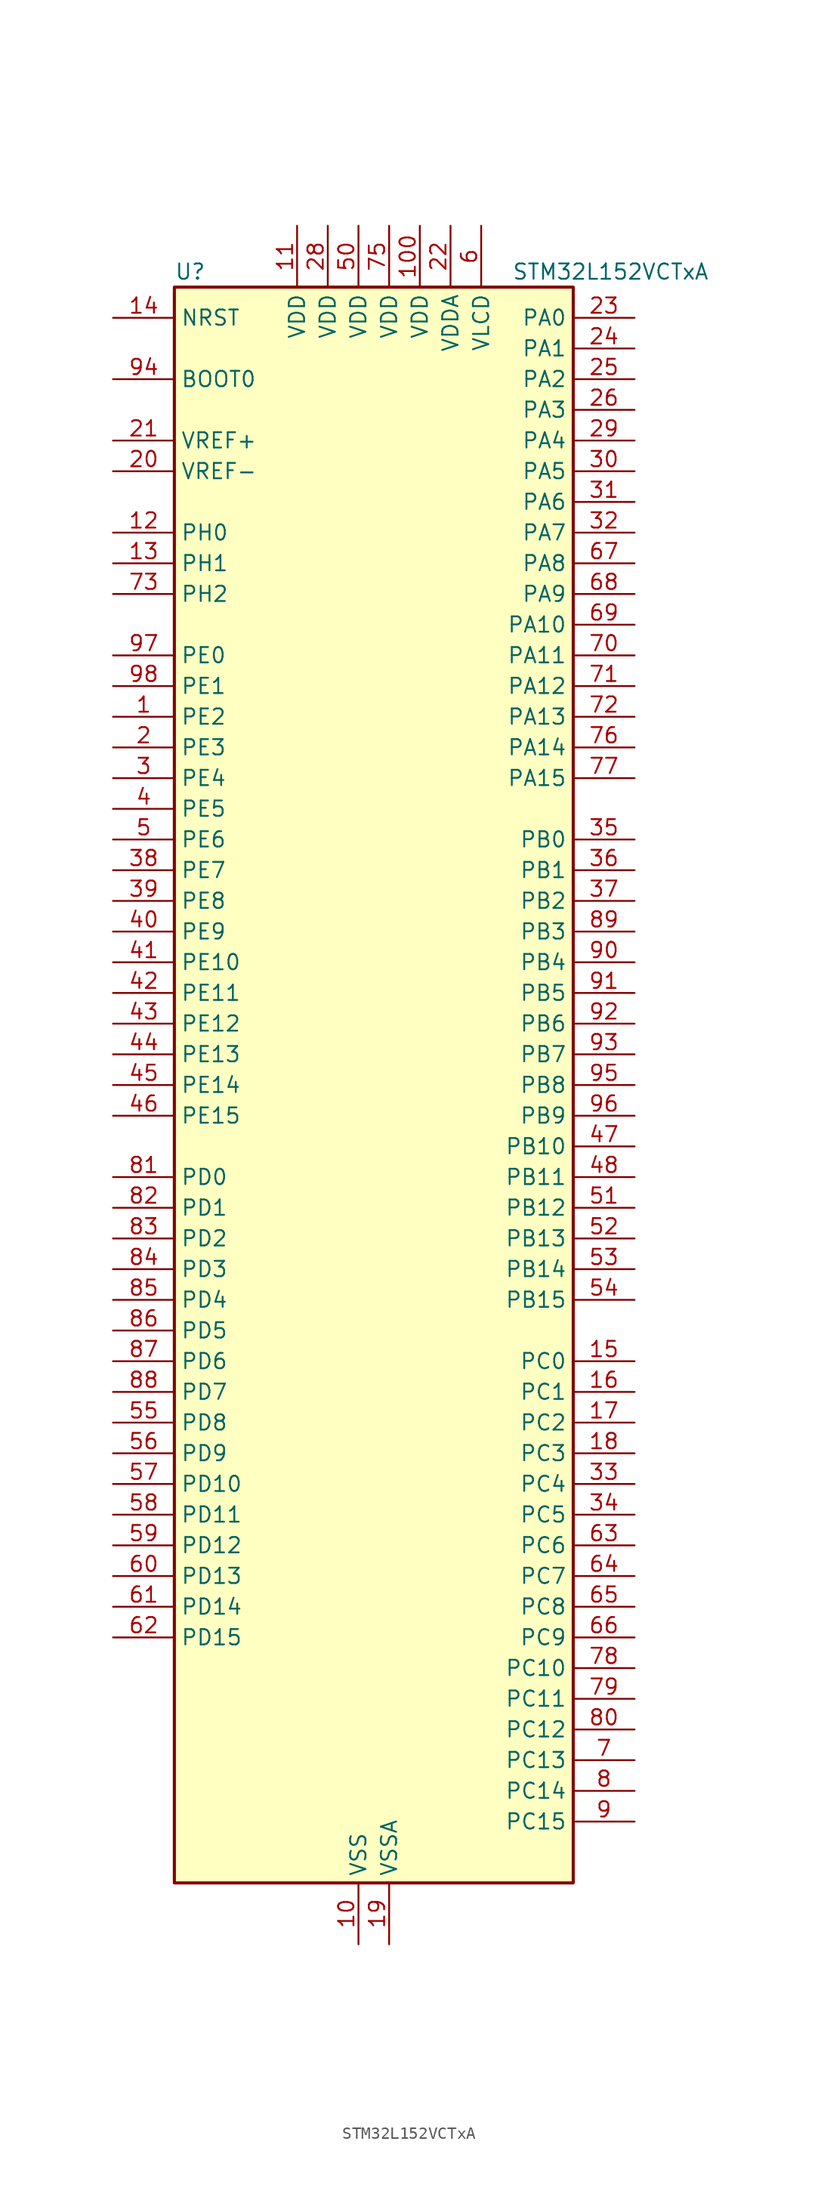
<source format=kicad_sym>
(kicad_symbol_lib
  (version 20231120)
  (generator "kicad-library-utils")
  (generator_version "8.0")
  (symbol "STM32L152VCTxA"
    (property "Reference" "U"
      (at -15.24 67.31 0)
      (effects (font (size 1.27 1.27)) (justify left)))
    (property "Value" "STM32L152VCTxA"
      (at 12.7 67.31 0)
      (effects (font (size 1.27 1.27)) (justify left)))
    (symbol "STM32L152VCTxA_0_1"
      (rectangle (start -15.24 -66.04) (end 17.78 66.04) (stroke (width 0.254) (type default)) (fill (type background))))
    (symbol "STM32L152VCTxA_1_1"
      (pin bidirectional line (at -20.32 30.48 0) (length 5.08) (name "PE2" (effects (font (size 1.27 1.27)))) (number "1" (effects (font (size 1.27 1.27)))) (alternate "LCD_SEG38" bidirectional line) (alternate "SYS_TRACECK" bidirectional line) (alternate "TIM3_ETR" bidirectional line) (alternate "TIMX_IC3" bidirectional line))
      (pin power_in line (at 0 -71.12 90) (length 5.08) (name "VSS" (effects (font (size 1.27 1.27)))) (number "10" (effects (font (size 1.27 1.27)))))
      (pin power_in line (at 5.08 71.12 270) (length 5.08) (name "VDD" (effects (font (size 1.27 1.27)))) (number "100" (effects (font (size 1.27 1.27)))))
      (pin power_in line (at -5.08 71.12 270) (length 5.08) (name "VDD" (effects (font (size 1.27 1.27)))) (number "11" (effects (font (size 1.27 1.27)))))
      (pin bidirectional line (at -20.32 45.72 0) (length 5.08) (name "PH0" (effects (font (size 1.27 1.27)))) (number "12" (effects (font (size 1.27 1.27)))) (alternate "RCC_OSC_IN" bidirectional line))
      (pin bidirectional line (at -20.32 43.18 0) (length 5.08) (name "PH1" (effects (font (size 1.27 1.27)))) (number "13" (effects (font (size 1.27 1.27)))) (alternate "RCC_OSC_OUT" bidirectional line))
      (pin input line (at -20.32 63.5 0) (length 5.08) (name "NRST" (effects (font (size 1.27 1.27)))) (number "14" (effects (font (size 1.27 1.27)))))
      (pin bidirectional line (at 22.86 -22.86 180) (length 5.08) (name "PC0" (effects (font (size 1.27 1.27)))) (number "15" (effects (font (size 1.27 1.27)))) (alternate "ADC_IN10" bidirectional line) (alternate "COMP1_INP" bidirectional line) (alternate "LCD_SEG18" bidirectional line) (alternate "TIMX_IC1" bidirectional line) (alternate "TS_G8_IO1" bidirectional line))
      (pin bidirectional line (at 22.86 -25.4 180) (length 5.08) (name "PC1" (effects (font (size 1.27 1.27)))) (number "16" (effects (font (size 1.27 1.27)))) (alternate "ADC_IN11" bidirectional line) (alternate "COMP1_INP" bidirectional line) (alternate "LCD_SEG19" bidirectional line) (alternate "TIMX_IC2" bidirectional line) (alternate "TS_G8_IO2" bidirectional line))
      (pin bidirectional line (at 22.86 -27.94 180) (length 5.08) (name "PC2" (effects (font (size 1.27 1.27)))) (number "17" (effects (font (size 1.27 1.27)))) (alternate "ADC_IN12" bidirectional line) (alternate "COMP1_INP" bidirectional line) (alternate "LCD_SEG20" bidirectional line) (alternate "TIMX_IC3" bidirectional line) (alternate "TS_G8_IO3" bidirectional line))
      (pin bidirectional line (at 22.86 -30.48 180) (length 5.08) (name "PC3" (effects (font (size 1.27 1.27)))) (number "18" (effects (font (size 1.27 1.27)))) (alternate "ADC_IN13" bidirectional line) (alternate "COMP1_INP" bidirectional line) (alternate "LCD_SEG21" bidirectional line) (alternate "TIMX_IC4" bidirectional line) (alternate "TS_G8_IO4" bidirectional line))
      (pin power_in line (at 2.54 -71.12 90) (length 5.08) (name "VSSA" (effects (font (size 1.27 1.27)))) (number "19" (effects (font (size 1.27 1.27)))))
      (pin bidirectional line (at -20.32 27.94 0) (length 5.08) (name "PE3" (effects (font (size 1.27 1.27)))) (number "2" (effects (font (size 1.27 1.27)))) (alternate "LCD_SEG39" bidirectional line) (alternate "SYS_TRACED0" bidirectional line) (alternate "TIM3_CH1" bidirectional line) (alternate "TIMX_IC4" bidirectional line))
      (pin input line (at -20.32 50.8 0) (length 5.08) (name "VREF-" (effects (font (size 1.27 1.27)))) (number "20" (effects (font (size 1.27 1.27)))))
      (pin input line (at -20.32 53.34 0) (length 5.08) (name "VREF+" (effects (font (size 1.27 1.27)))) (number "21" (effects (font (size 1.27 1.27)))))
      (pin power_in line (at 7.62 71.12 270) (length 5.08) (name "VDDA" (effects (font (size 1.27 1.27)))) (number "22" (effects (font (size 1.27 1.27)))))
      (pin bidirectional line (at 22.86 63.5 180) (length 5.08) (name "PA0" (effects (font (size 1.27 1.27)))) (number "23" (effects (font (size 1.27 1.27)))) (alternate "ADC_IN0" bidirectional line) (alternate "COMP1_INP" bidirectional line) (alternate "RTC_TAMP2" bidirectional line) (alternate "SYS_WKUP1" bidirectional line) (alternate "TIM2_CH1" bidirectional line) (alternate "TIM2_ETR" bidirectional line) (alternate "TIM5_CH1" bidirectional line) (alternate "TIMX_IC1" bidirectional line) (alternate "TS_G1_IO1" bidirectional line) (alternate "USART2_CTS" bidirectional line))
      (pin bidirectional line (at 22.86 60.96 180) (length 5.08) (name "PA1" (effects (font (size 1.27 1.27)))) (number "24" (effects (font (size 1.27 1.27)))) (alternate "ADC_IN1" bidirectional line) (alternate "COMP1_INP" bidirectional line) (alternate "LCD_SEG0" bidirectional line) (alternate "OPAMP1_VINP" bidirectional line) (alternate "TIM2_CH2" bidirectional line) (alternate "TIM5_CH2" bidirectional line) (alternate "TIMX_IC2" bidirectional line) (alternate "TS_G1_IO2" bidirectional line) (alternate "USART2_RTS" bidirectional line))
      (pin bidirectional line (at 22.86 58.42 180) (length 5.08) (name "PA2" (effects (font (size 1.27 1.27)))) (number "25" (effects (font (size 1.27 1.27)))) (alternate "ADC_IN2" bidirectional line) (alternate "COMP1_INP" bidirectional line) (alternate "LCD_SEG1" bidirectional line) (alternate "OPAMP1_VINM" bidirectional line) (alternate "TIM2_CH3" bidirectional line) (alternate "TIM5_CH3" bidirectional line) (alternate "TIM9_CH1" bidirectional line) (alternate "TIMX_IC3" bidirectional line) (alternate "TS_G1_IO3" bidirectional line) (alternate "USART2_TX" bidirectional line))
      (pin bidirectional line (at 22.86 55.88 180) (length 5.08) (name "PA3" (effects (font (size 1.27 1.27)))) (number "26" (effects (font (size 1.27 1.27)))) (alternate "ADC_IN3" bidirectional line) (alternate "COMP1_INP" bidirectional line) (alternate "LCD_SEG2" bidirectional line) (alternate "OPAMP1_VOUT" bidirectional line) (alternate "TIM2_CH4" bidirectional line) (alternate "TIM5_CH4" bidirectional line) (alternate "TIM9_CH2" bidirectional line) (alternate "TIMX_IC4" bidirectional line) (alternate "TS_G1_IO4" bidirectional line) (alternate "USART2_RX" bidirectional line))
      (pin passive line (at 0 -71.12 90) (length 5.08) hide (name "VSS" (effects (font (size 1.27 1.27)))) (number "27" (effects (font (size 1.27 1.27)))))
      (pin power_in line (at -2.54 71.12 270) (length 5.08) (name "VDD" (effects (font (size 1.27 1.27)))) (number "28" (effects (font (size 1.27 1.27)))))
      (pin bidirectional line (at 22.86 53.34 180) (length 5.08) (name "PA4" (effects (font (size 1.27 1.27)))) (number "29" (effects (font (size 1.27 1.27)))) (alternate "ADC_IN4" bidirectional line) (alternate "COMP1_INP" bidirectional line) (alternate "DAC_OUT1" bidirectional line) (alternate "I2S3_WS" bidirectional line) (alternate "SPI1_NSS" bidirectional line) (alternate "SPI3_NSS" bidirectional line) (alternate "TIMX_IC1" bidirectional line) (alternate "USART2_CK" bidirectional line))
      (pin bidirectional line (at -20.32 25.4 0) (length 5.08) (name "PE4" (effects (font (size 1.27 1.27)))) (number "3" (effects (font (size 1.27 1.27)))) (alternate "SYS_TRACED1" bidirectional line) (alternate "TIM3_CH2" bidirectional line) (alternate "TIMX_IC1" bidirectional line))
      (pin bidirectional line (at 22.86 50.8 180) (length 5.08) (name "PA5" (effects (font (size 1.27 1.27)))) (number "30" (effects (font (size 1.27 1.27)))) (alternate "ADC_IN5" bidirectional line) (alternate "COMP1_INP" bidirectional line) (alternate "DAC_OUT2" bidirectional line) (alternate "SPI1_SCK" bidirectional line) (alternate "TIM2_CH1" bidirectional line) (alternate "TIM2_ETR" bidirectional line) (alternate "TIMX_IC2" bidirectional line))
      (pin bidirectional line (at 22.86 48.26 180) (length 5.08) (name "PA6" (effects (font (size 1.27 1.27)))) (number "31" (effects (font (size 1.27 1.27)))) (alternate "ADC_IN6" bidirectional line) (alternate "COMP1_INP" bidirectional line) (alternate "LCD_SEG3" bidirectional line) (alternate "OPAMP2_VINP" bidirectional line) (alternate "SPI1_MISO" bidirectional line) (alternate "TIM10_CH1" bidirectional line) (alternate "TIM3_CH1" bidirectional line) (alternate "TIMX_IC3" bidirectional line) (alternate "TS_G2_IO1" bidirectional line))
      (pin bidirectional line (at 22.86 45.72 180) (length 5.08) (name "PA7" (effects (font (size 1.27 1.27)))) (number "32" (effects (font (size 1.27 1.27)))) (alternate "ADC_IN7" bidirectional line) (alternate "COMP1_INP" bidirectional line) (alternate "LCD_SEG4" bidirectional line) (alternate "OPAMP2_VINM" bidirectional line) (alternate "SPI1_MOSI" bidirectional line) (alternate "TIM11_CH1" bidirectional line) (alternate "TIM3_CH2" bidirectional line) (alternate "TIMX_IC4" bidirectional line) (alternate "TS_G2_IO2" bidirectional line))
      (pin bidirectional line (at 22.86 -33.02 180) (length 5.08) (name "PC4" (effects (font (size 1.27 1.27)))) (number "33" (effects (font (size 1.27 1.27)))) (alternate "ADC_IN14" bidirectional line) (alternate "COMP1_INP" bidirectional line) (alternate "LCD_SEG22" bidirectional line) (alternate "TIMX_IC1" bidirectional line) (alternate "TS_G9_IO1" bidirectional line))
      (pin bidirectional line (at 22.86 -35.56 180) (length 5.08) (name "PC5" (effects (font (size 1.27 1.27)))) (number "34" (effects (font (size 1.27 1.27)))) (alternate "ADC_IN15" bidirectional line) (alternate "COMP1_INP" bidirectional line) (alternate "LCD_SEG23" bidirectional line) (alternate "TIMX_IC2" bidirectional line) (alternate "TS_G9_IO2" bidirectional line))
      (pin bidirectional line (at 22.86 20.32 180) (length 5.08) (name "PB0" (effects (font (size 1.27 1.27)))) (number "35" (effects (font (size 1.27 1.27)))) (alternate "ADC_IN8" bidirectional line) (alternate "COMP1_INP" bidirectional line) (alternate "LCD_SEG5" bidirectional line) (alternate "OPAMP2_VOUT" bidirectional line) (alternate "SYS_V_REF_OUT" bidirectional line) (alternate "TIM3_CH3" bidirectional line) (alternate "TS_G3_IO1" bidirectional line))
      (pin bidirectional line (at 22.86 17.78 180) (length 5.08) (name "PB1" (effects (font (size 1.27 1.27)))) (number "36" (effects (font (size 1.27 1.27)))) (alternate "ADC_IN9" bidirectional line) (alternate "COMP1_INP" bidirectional line) (alternate "LCD_SEG6" bidirectional line) (alternate "SYS_V_REF_OUT" bidirectional line) (alternate "TIM3_CH4" bidirectional line) (alternate "TS_G3_IO2" bidirectional line))
      (pin bidirectional line (at 22.86 15.24 180) (length 5.08) (name "PB2" (effects (font (size 1.27 1.27)))) (number "37" (effects (font (size 1.27 1.27)))) (alternate "TS_G3_IO3" bidirectional line))
      (pin bidirectional line (at -20.32 17.78 0) (length 5.08) (name "PE7" (effects (font (size 1.27 1.27)))) (number "38" (effects (font (size 1.27 1.27)))) (alternate "ADC_IN22" bidirectional line) (alternate "COMP1_INP" bidirectional line) (alternate "TIMX_IC4" bidirectional line))
      (pin bidirectional line (at -20.32 15.24 0) (length 5.08) (name "PE8" (effects (font (size 1.27 1.27)))) (number "39" (effects (font (size 1.27 1.27)))) (alternate "ADC_IN23" bidirectional line) (alternate "COMP1_INP" bidirectional line) (alternate "TIMX_IC1" bidirectional line))
      (pin bidirectional line (at -20.32 22.86 0) (length 5.08) (name "PE5" (effects (font (size 1.27 1.27)))) (number "4" (effects (font (size 1.27 1.27)))) (alternate "SYS_TRACED2" bidirectional line) (alternate "TIM9_CH1" bidirectional line) (alternate "TIMX_IC2" bidirectional line))
      (pin bidirectional line (at -20.32 12.7 0) (length 5.08) (name "PE9" (effects (font (size 1.27 1.27)))) (number "40" (effects (font (size 1.27 1.27)))) (alternate "ADC_IN24" bidirectional line) (alternate "COMP1_INP" bidirectional line) (alternate "DAC_EXTI9" bidirectional line) (alternate "TIM2_CH1" bidirectional line) (alternate "TIM2_ETR" bidirectional line) (alternate "TIMX_IC2" bidirectional line))
      (pin bidirectional line (at -20.32 10.16 0) (length 5.08) (name "PE10" (effects (font (size 1.27 1.27)))) (number "41" (effects (font (size 1.27 1.27)))) (alternate "ADC_IN25" bidirectional line) (alternate "COMP1_INP" bidirectional line) (alternate "TIM2_CH2" bidirectional line) (alternate "TIMX_IC3" bidirectional line))
      (pin bidirectional line (at -20.32 7.62 0) (length 5.08) (name "PE11" (effects (font (size 1.27 1.27)))) (number "42" (effects (font (size 1.27 1.27)))) (alternate "ADC_EXTI11" bidirectional line) (alternate "TIM2_CH3" bidirectional line) (alternate "TIMX_IC4" bidirectional line))
      (pin bidirectional line (at -20.32 5.08 0) (length 5.08) (name "PE12" (effects (font (size 1.27 1.27)))) (number "43" (effects (font (size 1.27 1.27)))) (alternate "SPI1_NSS" bidirectional line) (alternate "TIM2_CH4" bidirectional line) (alternate "TIMX_IC1" bidirectional line))
      (pin bidirectional line (at -20.32 2.54 0) (length 5.08) (name "PE13" (effects (font (size 1.27 1.27)))) (number "44" (effects (font (size 1.27 1.27)))) (alternate "SPI1_SCK" bidirectional line) (alternate "TIMX_IC2" bidirectional line))
      (pin bidirectional line (at -20.32 0 0) (length 5.08) (name "PE14" (effects (font (size 1.27 1.27)))) (number "45" (effects (font (size 1.27 1.27)))) (alternate "SPI1_MISO" bidirectional line) (alternate "TIMX_IC3" bidirectional line))
      (pin bidirectional line (at -20.32 -2.54 0) (length 5.08) (name "PE15" (effects (font (size 1.27 1.27)))) (number "46" (effects (font (size 1.27 1.27)))) (alternate "ADC_EXTI15" bidirectional line) (alternate "SPI1_MOSI" bidirectional line) (alternate "TIMX_IC4" bidirectional line))
      (pin bidirectional line (at 22.86 -5.08 180) (length 5.08) (name "PB10" (effects (font (size 1.27 1.27)))) (number "47" (effects (font (size 1.27 1.27)))) (alternate "I2C2_SCL" bidirectional line) (alternate "LCD_SEG10" bidirectional line) (alternate "TIM2_CH3" bidirectional line) (alternate "USART3_TX" bidirectional line))
      (pin bidirectional line (at 22.86 -7.62 180) (length 5.08) (name "PB11" (effects (font (size 1.27 1.27)))) (number "48" (effects (font (size 1.27 1.27)))) (alternate "ADC_EXTI11" bidirectional line) (alternate "I2C2_SDA" bidirectional line) (alternate "LCD_SEG11" bidirectional line) (alternate "TIM2_CH4" bidirectional line) (alternate "USART3_RX" bidirectional line))
      (pin passive line (at 0 -71.12 90) (length 5.08) hide (name "VSS" (effects (font (size 1.27 1.27)))) (number "49" (effects (font (size 1.27 1.27)))))
      (pin bidirectional line (at -20.32 20.32 0) (length 5.08) (name "PE6" (effects (font (size 1.27 1.27)))) (number "5" (effects (font (size 1.27 1.27)))) (alternate "RTC_TAMP3" bidirectional line) (alternate "SYS_TRACED3" bidirectional line) (alternate "SYS_WKUP3" bidirectional line) (alternate "TIM9_CH2" bidirectional line) (alternate "TIMX_IC3" bidirectional line))
      (pin power_in line (at 0 71.12 270) (length 5.08) (name "VDD" (effects (font (size 1.27 1.27)))) (number "50" (effects (font (size 1.27 1.27)))))
      (pin bidirectional line (at 22.86 -10.16 180) (length 5.08) (name "PB12" (effects (font (size 1.27 1.27)))) (number "51" (effects (font (size 1.27 1.27)))) (alternate "ADC_IN18" bidirectional line) (alternate "COMP1_INP" bidirectional line) (alternate "I2C2_SMBA" bidirectional line) (alternate "I2S2_WS" bidirectional line) (alternate "LCD_SEG12" bidirectional line) (alternate "SPI2_NSS" bidirectional line) (alternate "TIM10_CH1" bidirectional line) (alternate "TS_G7_IO1" bidirectional line) (alternate "USART3_CK" bidirectional line))
      (pin bidirectional line (at 22.86 -12.7 180) (length 5.08) (name "PB13" (effects (font (size 1.27 1.27)))) (number "52" (effects (font (size 1.27 1.27)))) (alternate "ADC_IN19" bidirectional line) (alternate "COMP1_INP" bidirectional line) (alternate "I2S2_CK" bidirectional line) (alternate "LCD_SEG13" bidirectional line) (alternate "SPI2_SCK" bidirectional line) (alternate "TIM9_CH1" bidirectional line) (alternate "TS_G7_IO2" bidirectional line) (alternate "USART3_CTS" bidirectional line))
      (pin bidirectional line (at 22.86 -15.24 180) (length 5.08) (name "PB14" (effects (font (size 1.27 1.27)))) (number "53" (effects (font (size 1.27 1.27)))) (alternate "ADC_IN20" bidirectional line) (alternate "COMP1_INP" bidirectional line) (alternate "LCD_SEG14" bidirectional line) (alternate "SPI2_MISO" bidirectional line) (alternate "TIM9_CH2" bidirectional line) (alternate "TS_G7_IO3" bidirectional line) (alternate "USART3_RTS" bidirectional line))
      (pin bidirectional line (at 22.86 -17.78 180) (length 5.08) (name "PB15" (effects (font (size 1.27 1.27)))) (number "54" (effects (font (size 1.27 1.27)))) (alternate "ADC_EXTI15" bidirectional line) (alternate "ADC_IN21" bidirectional line) (alternate "COMP1_INP" bidirectional line) (alternate "I2S2_SD" bidirectional line) (alternate "LCD_SEG15" bidirectional line) (alternate "RTC_REFIN" bidirectional line) (alternate "SPI2_MOSI" bidirectional line) (alternate "TIM11_CH1" bidirectional line) (alternate "TS_G7_IO4" bidirectional line))
      (pin bidirectional line (at -20.32 -27.94 0) (length 5.08) (name "PD8" (effects (font (size 1.27 1.27)))) (number "55" (effects (font (size 1.27 1.27)))) (alternate "LCD_SEG28" bidirectional line) (alternate "TIMX_IC1" bidirectional line) (alternate "USART3_TX" bidirectional line))
      (pin bidirectional line (at -20.32 -30.48 0) (length 5.08) (name "PD9" (effects (font (size 1.27 1.27)))) (number "56" (effects (font (size 1.27 1.27)))) (alternate "DAC_EXTI9" bidirectional line) (alternate "LCD_SEG29" bidirectional line) (alternate "TIMX_IC2" bidirectional line) (alternate "USART3_RX" bidirectional line))
      (pin bidirectional line (at -20.32 -33.02 0) (length 5.08) (name "PD10" (effects (font (size 1.27 1.27)))) (number "57" (effects (font (size 1.27 1.27)))) (alternate "LCD_SEG30" bidirectional line) (alternate "TIMX_IC3" bidirectional line) (alternate "USART3_CK" bidirectional line))
      (pin bidirectional line (at -20.32 -35.56 0) (length 5.08) (name "PD11" (effects (font (size 1.27 1.27)))) (number "58" (effects (font (size 1.27 1.27)))) (alternate "ADC_EXTI11" bidirectional line) (alternate "LCD_SEG31" bidirectional line) (alternate "TIMX_IC4" bidirectional line) (alternate "USART3_CTS" bidirectional line))
      (pin bidirectional line (at -20.32 -38.1 0) (length 5.08) (name "PD12" (effects (font (size 1.27 1.27)))) (number "59" (effects (font (size 1.27 1.27)))) (alternate "LCD_SEG32" bidirectional line) (alternate "TIM4_CH1" bidirectional line) (alternate "TIMX_IC1" bidirectional line) (alternate "USART3_RTS" bidirectional line))
      (pin power_in line (at 10.16 71.12 270) (length 5.08) (name "VLCD" (effects (font (size 1.27 1.27)))) (number "6" (effects (font (size 1.27 1.27)))))
      (pin bidirectional line (at -20.32 -40.64 0) (length 5.08) (name "PD13" (effects (font (size 1.27 1.27)))) (number "60" (effects (font (size 1.27 1.27)))) (alternate "LCD_SEG33" bidirectional line) (alternate "TIM4_CH2" bidirectional line) (alternate "TIMX_IC2" bidirectional line))
      (pin bidirectional line (at -20.32 -43.18 0) (length 5.08) (name "PD14" (effects (font (size 1.27 1.27)))) (number "61" (effects (font (size 1.27 1.27)))) (alternate "LCD_SEG34" bidirectional line) (alternate "TIM4_CH3" bidirectional line) (alternate "TIMX_IC3" bidirectional line))
      (pin bidirectional line (at -20.32 -45.72 0) (length 5.08) (name "PD15" (effects (font (size 1.27 1.27)))) (number "62" (effects (font (size 1.27 1.27)))) (alternate "ADC_EXTI15" bidirectional line) (alternate "LCD_SEG35" bidirectional line) (alternate "TIM4_CH4" bidirectional line) (alternate "TIMX_IC4" bidirectional line))
      (pin bidirectional line (at 22.86 -38.1 180) (length 5.08) (name "PC6" (effects (font (size 1.27 1.27)))) (number "63" (effects (font (size 1.27 1.27)))) (alternate "I2S2_MCK" bidirectional line) (alternate "LCD_SEG24" bidirectional line) (alternate "TIM3_CH1" bidirectional line) (alternate "TIMX_IC3" bidirectional line) (alternate "TS_G10_IO1" bidirectional line))
      (pin bidirectional line (at 22.86 -40.64 180) (length 5.08) (name "PC7" (effects (font (size 1.27 1.27)))) (number "64" (effects (font (size 1.27 1.27)))) (alternate "I2S3_MCK" bidirectional line) (alternate "LCD_SEG25" bidirectional line) (alternate "TIM3_CH2" bidirectional line) (alternate "TIMX_IC4" bidirectional line) (alternate "TS_G10_IO2" bidirectional line))
      (pin bidirectional line (at 22.86 -43.18 180) (length 5.08) (name "PC8" (effects (font (size 1.27 1.27)))) (number "65" (effects (font (size 1.27 1.27)))) (alternate "LCD_SEG26" bidirectional line) (alternate "TIM3_CH3" bidirectional line) (alternate "TIMX_IC1" bidirectional line) (alternate "TS_G10_IO3" bidirectional line))
      (pin bidirectional line (at 22.86 -45.72 180) (length 5.08) (name "PC9" (effects (font (size 1.27 1.27)))) (number "66" (effects (font (size 1.27 1.27)))) (alternate "DAC_EXTI9" bidirectional line) (alternate "LCD_SEG27" bidirectional line) (alternate "TIM3_CH4" bidirectional line) (alternate "TIMX_IC2" bidirectional line) (alternate "TS_G10_IO4" bidirectional line))
      (pin bidirectional line (at 22.86 43.18 180) (length 5.08) (name "PA8" (effects (font (size 1.27 1.27)))) (number "67" (effects (font (size 1.27 1.27)))) (alternate "LCD_COM0" bidirectional line) (alternate "RCC_MCO" bidirectional line) (alternate "TIMX_IC1" bidirectional line) (alternate "TS_G4_IO1" bidirectional line) (alternate "USART1_CK" bidirectional line))
      (pin bidirectional line (at 22.86 40.64 180) (length 5.08) (name "PA9" (effects (font (size 1.27 1.27)))) (number "68" (effects (font (size 1.27 1.27)))) (alternate "DAC_EXTI9" bidirectional line) (alternate "LCD_COM1" bidirectional line) (alternate "TIMX_IC2" bidirectional line) (alternate "TS_G4_IO2" bidirectional line) (alternate "USART1_TX" bidirectional line))
      (pin bidirectional line (at 22.86 38.1 180) (length 5.08) (name "PA10" (effects (font (size 1.27 1.27)))) (number "69" (effects (font (size 1.27 1.27)))) (alternate "LCD_COM2" bidirectional line) (alternate "TIMX_IC3" bidirectional line) (alternate "TS_G4_IO3" bidirectional line) (alternate "USART1_RX" bidirectional line))
      (pin bidirectional line (at 22.86 -55.88 180) (length 5.08) (name "PC13" (effects (font (size 1.27 1.27)))) (number "7" (effects (font (size 1.27 1.27)))) (alternate "RTC_OUT_ALARM" bidirectional line) (alternate "RTC_OUT_CALIB" bidirectional line) (alternate "RTC_TAMP1" bidirectional line) (alternate "RTC_TS" bidirectional line) (alternate "SYS_WKUP2" bidirectional line) (alternate "TIMX_IC2" bidirectional line))
      (pin bidirectional line (at 22.86 35.56 180) (length 5.08) (name "PA11" (effects (font (size 1.27 1.27)))) (number "70" (effects (font (size 1.27 1.27)))) (alternate "ADC_EXTI11" bidirectional line) (alternate "SPI1_MISO" bidirectional line) (alternate "TIMX_IC4" bidirectional line) (alternate "USART1_CTS" bidirectional line) (alternate "USB_DM" bidirectional line))
      (pin bidirectional line (at 22.86 33.02 180) (length 5.08) (name "PA12" (effects (font (size 1.27 1.27)))) (number "71" (effects (font (size 1.27 1.27)))) (alternate "SPI1_MOSI" bidirectional line) (alternate "TIMX_IC1" bidirectional line) (alternate "USART1_RTS" bidirectional line) (alternate "USB_DP" bidirectional line))
      (pin bidirectional line (at 22.86 30.48 180) (length 5.08) (name "PA13" (effects (font (size 1.27 1.27)))) (number "72" (effects (font (size 1.27 1.27)))) (alternate "SYS_JTMS-SWDIO" bidirectional line) (alternate "TIMX_IC2" bidirectional line) (alternate "TS_G5_IO1" bidirectional line))
      (pin bidirectional line (at -20.32 40.64 0) (length 5.08) (name "PH2" (effects (font (size 1.27 1.27)))) (number "73" (effects (font (size 1.27 1.27)))))
      (pin passive line (at 0 -71.12 90) (length 5.08) hide (name "VSS" (effects (font (size 1.27 1.27)))) (number "74" (effects (font (size 1.27 1.27)))))
      (pin power_in line (at 2.54 71.12 270) (length 5.08) (name "VDD" (effects (font (size 1.27 1.27)))) (number "75" (effects (font (size 1.27 1.27)))))
      (pin bidirectional line (at 22.86 27.94 180) (length 5.08) (name "PA14" (effects (font (size 1.27 1.27)))) (number "76" (effects (font (size 1.27 1.27)))) (alternate "SYS_JTCK-SWCLK" bidirectional line) (alternate "TIMX_IC3" bidirectional line) (alternate "TS_G5_IO2" bidirectional line))
      (pin bidirectional line (at 22.86 25.4 180) (length 5.08) (name "PA15" (effects (font (size 1.27 1.27)))) (number "77" (effects (font (size 1.27 1.27)))) (alternate "ADC_EXTI15" bidirectional line) (alternate "I2S3_WS" bidirectional line) (alternate "LCD_SEG17" bidirectional line) (alternate "SPI1_NSS" bidirectional line) (alternate "SPI3_NSS" bidirectional line) (alternate "SYS_JTDI" bidirectional line) (alternate "TIM2_CH1" bidirectional line) (alternate "TIM2_ETR" bidirectional line) (alternate "TIMX_IC4" bidirectional line) (alternate "TS_G5_IO3" bidirectional line))
      (pin bidirectional line (at 22.86 -48.26 180) (length 5.08) (name "PC10" (effects (font (size 1.27 1.27)))) (number "78" (effects (font (size 1.27 1.27)))) (alternate "I2S3_CK" bidirectional line) (alternate "LCD_COM4" bidirectional line) (alternate "LCD_SEG28" bidirectional line) (alternate "LCD_SEG40" bidirectional line) (alternate "SPI3_SCK" bidirectional line) (alternate "TIMX_IC3" bidirectional line) (alternate "USART3_TX" bidirectional line))
      (pin bidirectional line (at 22.86 -50.8 180) (length 5.08) (name "PC11" (effects (font (size 1.27 1.27)))) (number "79" (effects (font (size 1.27 1.27)))) (alternate "ADC_EXTI11" bidirectional line) (alternate "LCD_COM5" bidirectional line) (alternate "LCD_SEG29" bidirectional line) (alternate "LCD_SEG41" bidirectional line) (alternate "SPI3_MISO" bidirectional line) (alternate "TIMX_IC4" bidirectional line) (alternate "USART3_RX" bidirectional line))
      (pin bidirectional line (at 22.86 -58.42 180) (length 5.08) (name "PC14" (effects (font (size 1.27 1.27)))) (number "8" (effects (font (size 1.27 1.27)))) (alternate "RCC_OSC32_IN" bidirectional line) (alternate "TIMX_IC3" bidirectional line))
      (pin bidirectional line (at 22.86 -53.34 180) (length 5.08) (name "PC12" (effects (font (size 1.27 1.27)))) (number "80" (effects (font (size 1.27 1.27)))) (alternate "I2S3_SD" bidirectional line) (alternate "LCD_COM6" bidirectional line) (alternate "LCD_SEG30" bidirectional line) (alternate "LCD_SEG42" bidirectional line) (alternate "SPI3_MOSI" bidirectional line) (alternate "TIMX_IC1" bidirectional line) (alternate "USART3_CK" bidirectional line))
      (pin bidirectional line (at -20.32 -7.62 0) (length 5.08) (name "PD0" (effects (font (size 1.27 1.27)))) (number "81" (effects (font (size 1.27 1.27)))) (alternate "I2S2_WS" bidirectional line) (alternate "SPI2_NSS" bidirectional line) (alternate "TIM9_CH1" bidirectional line) (alternate "TIMX_IC1" bidirectional line))
      (pin bidirectional line (at -20.32 -10.16 0) (length 5.08) (name "PD1" (effects (font (size 1.27 1.27)))) (number "82" (effects (font (size 1.27 1.27)))) (alternate "I2S2_CK" bidirectional line) (alternate "SPI2_SCK" bidirectional line) (alternate "TIMX_IC2" bidirectional line))
      (pin bidirectional line (at -20.32 -12.7 0) (length 5.08) (name "PD2" (effects (font (size 1.27 1.27)))) (number "83" (effects (font (size 1.27 1.27)))) (alternate "LCD_COM7" bidirectional line) (alternate "LCD_SEG31" bidirectional line) (alternate "LCD_SEG43" bidirectional line) (alternate "TIM3_ETR" bidirectional line) (alternate "TIMX_IC3" bidirectional line))
      (pin bidirectional line (at -20.32 -15.24 0) (length 5.08) (name "PD3" (effects (font (size 1.27 1.27)))) (number "84" (effects (font (size 1.27 1.27)))) (alternate "SPI2_MISO" bidirectional line) (alternate "TIMX_IC4" bidirectional line) (alternate "USART2_CTS" bidirectional line))
      (pin bidirectional line (at -20.32 -17.78 0) (length 5.08) (name "PD4" (effects (font (size 1.27 1.27)))) (number "85" (effects (font (size 1.27 1.27)))) (alternate "I2S2_SD" bidirectional line) (alternate "SPI2_MOSI" bidirectional line) (alternate "TIMX_IC1" bidirectional line) (alternate "USART2_RTS" bidirectional line))
      (pin bidirectional line (at -20.32 -20.32 0) (length 5.08) (name "PD5" (effects (font (size 1.27 1.27)))) (number "86" (effects (font (size 1.27 1.27)))) (alternate "TIMX_IC2" bidirectional line) (alternate "USART2_TX" bidirectional line))
      (pin bidirectional line (at -20.32 -22.86 0) (length 5.08) (name "PD6" (effects (font (size 1.27 1.27)))) (number "87" (effects (font (size 1.27 1.27)))) (alternate "TIMX_IC3" bidirectional line) (alternate "USART2_RX" bidirectional line))
      (pin bidirectional line (at -20.32 -25.4 0) (length 5.08) (name "PD7" (effects (font (size 1.27 1.27)))) (number "88" (effects (font (size 1.27 1.27)))) (alternate "TIM9_CH2" bidirectional line) (alternate "TIMX_IC4" bidirectional line) (alternate "USART2_CK" bidirectional line))
      (pin bidirectional line (at 22.86 12.7 180) (length 5.08) (name "PB3" (effects (font (size 1.27 1.27)))) (number "89" (effects (font (size 1.27 1.27)))) (alternate "COMP2_INM" bidirectional line) (alternate "I2S3_CK" bidirectional line) (alternate "LCD_SEG7" bidirectional line) (alternate "SPI1_SCK" bidirectional line) (alternate "SPI3_SCK" bidirectional line) (alternate "SYS_JTDO-TRACESWO" bidirectional line) (alternate "TIM2_CH2" bidirectional line))
      (pin bidirectional line (at 22.86 -60.96 180) (length 5.08) (name "PC15" (effects (font (size 1.27 1.27)))) (number "9" (effects (font (size 1.27 1.27)))) (alternate "ADC_EXTI15" bidirectional line) (alternate "RCC_OSC32_OUT" bidirectional line) (alternate "TIMX_IC4" bidirectional line))
      (pin bidirectional line (at 22.86 10.16 180) (length 5.08) (name "PB4" (effects (font (size 1.27 1.27)))) (number "90" (effects (font (size 1.27 1.27)))) (alternate "COMP2_INP" bidirectional line) (alternate "LCD_SEG8" bidirectional line) (alternate "SPI1_MISO" bidirectional line) (alternate "SPI3_MISO" bidirectional line) (alternate "SYS_JTRST" bidirectional line) (alternate "TIM3_CH1" bidirectional line) (alternate "TS_G6_IO1" bidirectional line))
      (pin bidirectional line (at 22.86 7.62 180) (length 5.08) (name "PB5" (effects (font (size 1.27 1.27)))) (number "91" (effects (font (size 1.27 1.27)))) (alternate "COMP2_INP" bidirectional line) (alternate "I2C1_SMBA" bidirectional line) (alternate "I2S3_SD" bidirectional line) (alternate "LCD_SEG9" bidirectional line) (alternate "SPI1_MOSI" bidirectional line) (alternate "SPI3_MOSI" bidirectional line) (alternate "TIM3_CH2" bidirectional line) (alternate "TS_G6_IO2" bidirectional line))
      (pin bidirectional line (at 22.86 5.08 180) (length 5.08) (name "PB6" (effects (font (size 1.27 1.27)))) (number "92" (effects (font (size 1.27 1.27)))) (alternate "COMP2_INP" bidirectional line) (alternate "I2C1_SCL" bidirectional line) (alternate "TIM4_CH1" bidirectional line) (alternate "TS_G6_IO3" bidirectional line) (alternate "USART1_TX" bidirectional line))
      (pin bidirectional line (at 22.86 2.54 180) (length 5.08) (name "PB7" (effects (font (size 1.27 1.27)))) (number "93" (effects (font (size 1.27 1.27)))) (alternate "COMP2_INP" bidirectional line) (alternate "I2C1_SDA" bidirectional line) (alternate "SYS_PVD_IN" bidirectional line) (alternate "TIM4_CH2" bidirectional line) (alternate "TS_G6_IO4" bidirectional line) (alternate "USART1_RX" bidirectional line))
      (pin input line (at -20.32 58.42 0) (length 5.08) (name "BOOT0" (effects (font (size 1.27 1.27)))) (number "94" (effects (font (size 1.27 1.27)))))
      (pin bidirectional line (at 22.86 0 180) (length 5.08) (name "PB8" (effects (font (size 1.27 1.27)))) (number "95" (effects (font (size 1.27 1.27)))) (alternate "I2C1_SCL" bidirectional line) (alternate "LCD_SEG16" bidirectional line) (alternate "TIM10_CH1" bidirectional line) (alternate "TIM4_CH3" bidirectional line))
      (pin bidirectional line (at 22.86 -2.54 180) (length 5.08) (name "PB9" (effects (font (size 1.27 1.27)))) (number "96" (effects (font (size 1.27 1.27)))) (alternate "DAC_EXTI9" bidirectional line) (alternate "I2C1_SDA" bidirectional line) (alternate "LCD_COM3" bidirectional line) (alternate "TIM11_CH1" bidirectional line) (alternate "TIM4_CH4" bidirectional line))
      (pin bidirectional line (at -20.32 35.56 0) (length 5.08) (name "PE0" (effects (font (size 1.27 1.27)))) (number "97" (effects (font (size 1.27 1.27)))) (alternate "LCD_SEG36" bidirectional line) (alternate "TIM10_CH1" bidirectional line) (alternate "TIM4_ETR" bidirectional line) (alternate "TIMX_IC1" bidirectional line))
      (pin bidirectional line (at -20.32 33.02 0) (length 5.08) (name "PE1" (effects (font (size 1.27 1.27)))) (number "98" (effects (font (size 1.27 1.27)))) (alternate "LCD_SEG37" bidirectional line) (alternate "TIM11_CH1" bidirectional line) (alternate "TIMX_IC2" bidirectional line))
      (pin passive line (at 0 -71.12 90) (length 5.08) hide (name "VSS" (effects (font (size 1.27 1.27)))) (number "99" (effects (font (size 1.27 1.27))))))))
</source>
